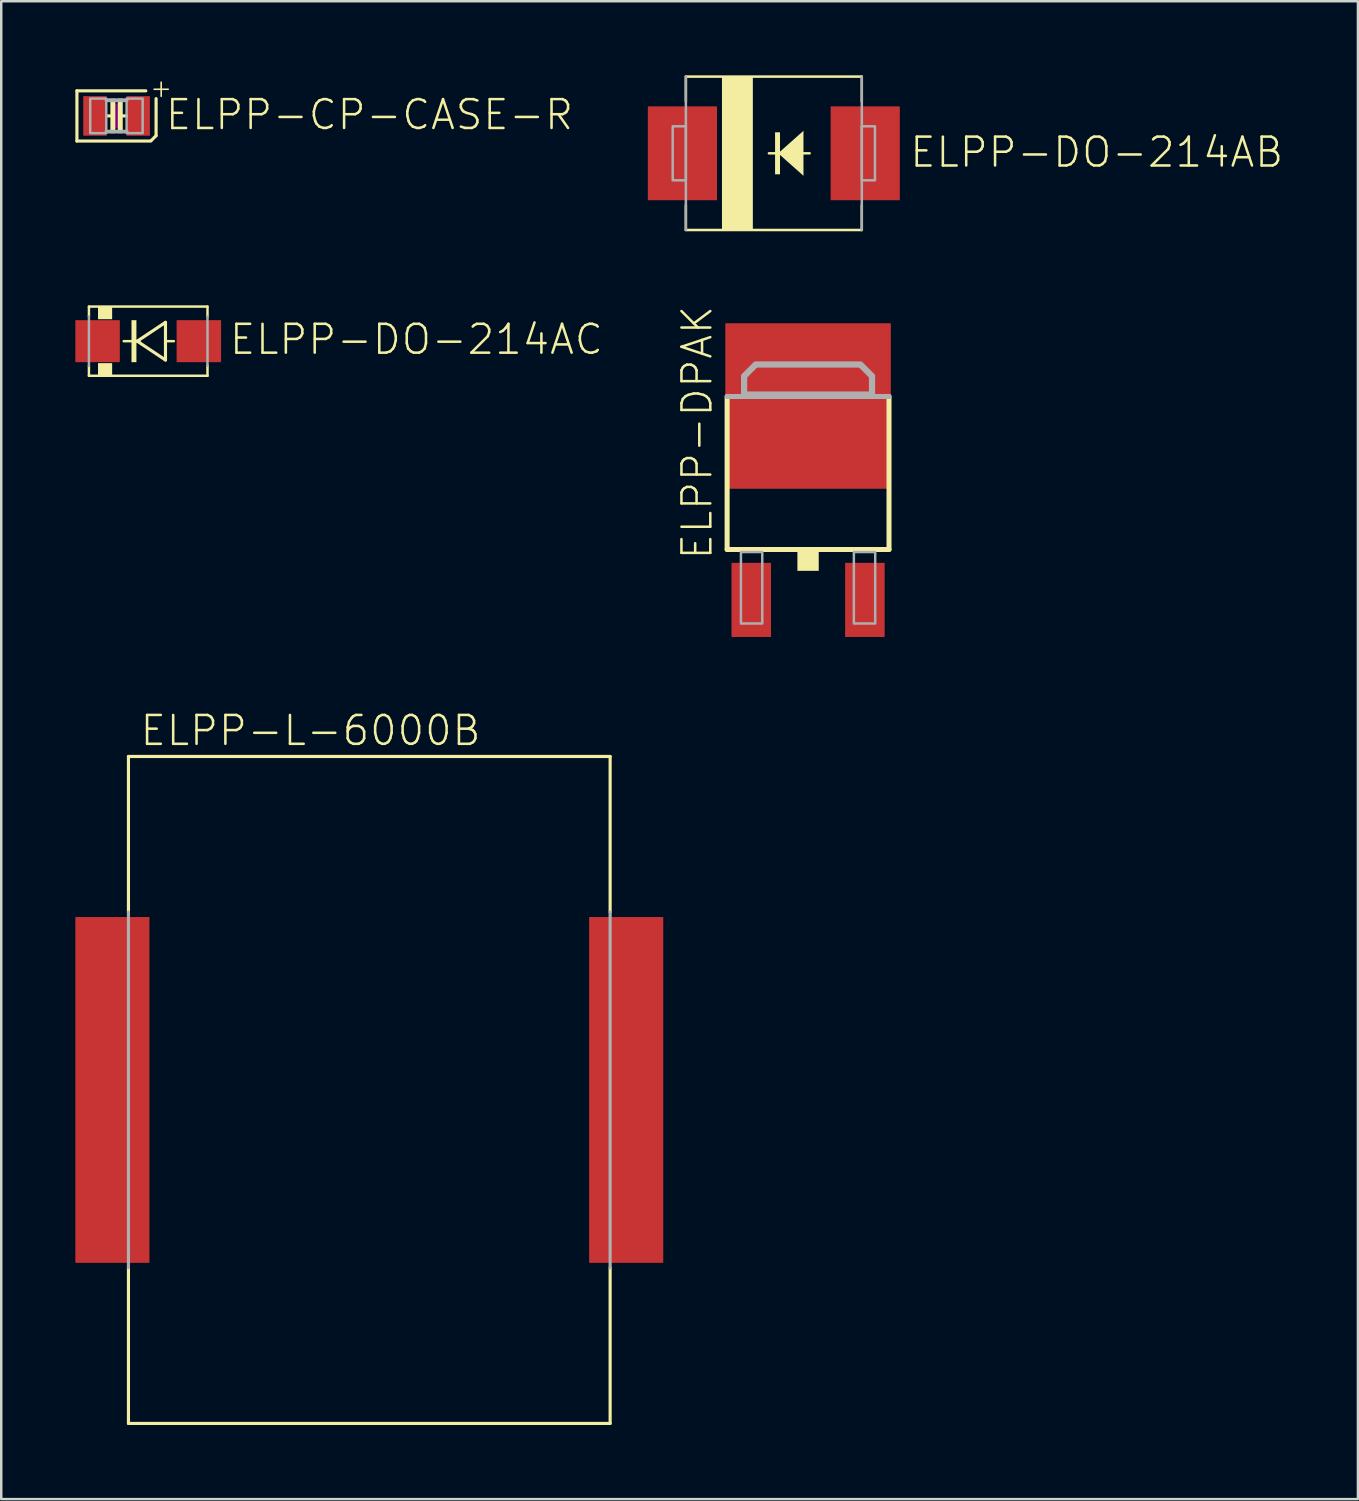
<source format=kicad_pcb>
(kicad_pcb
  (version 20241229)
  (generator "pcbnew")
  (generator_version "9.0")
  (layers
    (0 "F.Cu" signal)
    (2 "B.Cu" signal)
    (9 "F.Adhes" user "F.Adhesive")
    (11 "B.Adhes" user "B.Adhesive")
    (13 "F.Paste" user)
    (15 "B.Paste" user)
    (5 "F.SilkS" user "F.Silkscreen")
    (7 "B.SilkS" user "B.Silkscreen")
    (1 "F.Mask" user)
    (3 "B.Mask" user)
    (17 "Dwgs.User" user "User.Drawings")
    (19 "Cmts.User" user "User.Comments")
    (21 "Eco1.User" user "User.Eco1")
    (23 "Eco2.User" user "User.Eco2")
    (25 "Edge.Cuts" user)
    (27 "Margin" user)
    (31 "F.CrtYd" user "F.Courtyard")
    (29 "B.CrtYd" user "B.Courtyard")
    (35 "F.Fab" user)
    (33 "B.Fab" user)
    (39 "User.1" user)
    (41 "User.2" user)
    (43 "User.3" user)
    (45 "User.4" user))
  (footprint "ELPP-DO-214AB"
    (layer "F.Cu")
    (at 28.277 3.156)
    (property "Reference" "ELPP-DO-214AB" (at 5.441 0.641 0) (unlocked yes) (layer "F.SilkS") (effects (font (size 1.168 1.168) (thickness 0.102)) (justify left bottom)))
    (fp_line (start -3.561 -3.105) (end -3.561 -2.1) (stroke (width 0.1) (type solid)) (layer "F.SilkS"))
    (fp_line (start -3.561 -3.105) (end 3.561 -3.105) (stroke (width 0.102) (type solid)) (layer "F.SilkS"))
    (fp_line (start -3.561 2.1) (end -3.561 3.105) (stroke (width 0.1) (type solid)) (layer "F.SilkS"))
    (fp_line (start -3.561 3.105) (end 3.561 3.105) (stroke (width 0.102) (type solid)) (layer "F.SilkS"))
    (fp_line (start 0.25 0) (end -0.2 0) (stroke (width 0.1) (type solid)) (layer "F.SilkS"))
    (fp_line (start 0.95 0) (end 1.45 0) (stroke (width 0.1) (type solid)) (layer "F.SilkS"))
    (fp_line (start 3.561 -2.1) (end 3.561 -3.105) (stroke (width 0.1) (type solid)) (layer "F.SilkS"))
    (fp_line (start 3.561 3.105) (end 3.561 2.1) (stroke (width 0.1) (type solid)) (layer "F.SilkS"))
    (fp_poly (pts (xy 1.2 0.911) (xy 0.175 0) (xy 1.2 -0.911)) (stroke (width 0) (type default)) (fill yes) (layer "F.SilkS"))
    (fp_poly (pts (xy -2.1 3.1) (xy -0.85 3.1) (xy -0.85 -3.1) (xy -2.1 -3.1)) (stroke (width 0) (type default)) (fill yes) (layer "F.SilkS"))
    (fp_poly (pts (xy 0.05 0.85) (xy 0.25 0.85) (xy 0.25 -0.85) (xy 0.05 -0.85)) (stroke (width 0) (type default)) (fill yes) (layer "F.SilkS"))
    (fp_line (start -3.561 3.105) (end -3.561 -3.105) (stroke (width 0.102) (type solid)) (layer "F.Fab"))
    (fp_line (start 3.561 3.105) (end 3.561 -3.105) (stroke (width 0.102) (type solid)) (layer "F.Fab"))
    (fp_poly (pts (xy -4.094 1.092) (xy -3.561 1.092) (xy -3.561 -1.092) (xy -4.094 -1.092)) (stroke (width 0.1) (type default)) (fill no) (layer "F.Fab"))
    (fp_poly (pts (xy 3.561 1.092) (xy 4.094 1.092) (xy 4.094 -1.092) (xy 3.561 -1.092)) (stroke (width 0.1) (type default)) (fill no) (layer "F.Fab"))
    (pad "A" smd rect (at 3.7 0) (size 2.8 3.8) (layers "F.Cu" "F.Mask" "F.Paste"))
    (pad "C" smd rect (at -3.7 0) (size 2.8 3.8) (layers "F.Cu" "F.Mask" "F.Paste")))
  (footprint "ELPP-CP-CASE-R"
    (layer "F.Cu")
    (at 1.669 1.643)
    (property "Reference" "ELPP-CP-CASE-R" (at 1.913 0.635 0) (unlocked yes) (layer "F.SilkS") (effects (font (size 1.168 1.168) (thickness 0.102)) (justify left bottom)))
    (fp_line (start -1.605 -1.016) (end -1.605 1.016) (stroke (width 0.127) (type solid)) (layer "F.SilkS"))
    (fp_line (start -1.605 1.016) (end 1.384 1.016) (stroke (width 0.127) (type solid)) (layer "F.SilkS"))
    (fp_line (start -0.4 0) (end -0.2 0) (stroke (width 0.127) (type solid)) (layer "F.SilkS"))
    (fp_line (start 0.4 0) (end 0.2 0) (stroke (width 0.127) (type solid)) (layer "F.SilkS"))
    (fp_line (start 1.184 -1.016) (end -1.605 -1.016) (stroke (width 0.127) (type solid)) (layer "F.SilkS"))
    (fp_line (start 1.4 1) (end 1.6 0.8) (stroke (width 0.127) (type solid)) (layer "F.SilkS"))
    (fp_line (start 1.6 0.8) (end 1.6 -0.7) (stroke (width 0.127) (type solid)) (layer "F.SilkS"))
    (fp_poly (pts (xy -0.25 0.7) (xy -0.05 0.7) (xy -0.05 -0.7) (xy -0.25 -0.7)) (stroke (width 0) (type default)) (fill yes) (layer "F.SilkS"))
    (fp_poly (pts (xy 0.05 0.7) (xy 0.25 0.7) (xy 0.25 -0.7) (xy 0.05 -0.7)) (stroke (width 0) (type default)) (fill yes) (layer "F.SilkS"))
    (fp_poly (pts (xy -0.2 0.5) (xy 0.2 0.5) (xy 0.2 -0.5) (xy -0.2 -0.5)) (stroke (width 0) (type default)) (fill yes) (layer "F.Adhes"))
    (fp_line (start -0.41 -0.635) (end 0.41 -0.635) (stroke (width 0.152) (type solid)) (layer "F.Fab"))
    (fp_line (start -0.41 0.635) (end 0.41 0.635) (stroke (width 0.152) (type solid)) (layer "F.Fab"))
    (fp_poly (pts (xy -1.067 0.699) (xy -0.417 0.699) (xy -0.417 -0.702) (xy -1.067 -0.702)) (stroke (width 0.1) (type default)) (fill no) (layer "F.Fab"))
    (fp_poly (pts (xy 0.406 0.699) (xy 1.056 0.699) (xy 1.056 -0.702) (xy 0.406 -0.702)) (stroke (width 0.1) (type default)) (fill no) (layer "F.Fab"))
    (fp_text user "+" (at 1.3 -0.7 0) (layer "F.SilkS") (effects (font (size 0.748 0.748) (thickness 0.065)) (justify left bottom)))
    (pad "+" smd rect (at 0.875 0) (size 0.95 1.6) (layers "F.Cu" "F.Mask" "F.Paste"))
    (pad "-" smd rect (at -0.875 0) (size 0.95 1.6) (layers "F.Cu" "F.Mask" "F.Paste")))
  (footprint "ELPP-L-6000B"
    (layer "F.Cu")
    (at 11.9 41.074)
    (property "Reference" "ELPP-L-6000B" (at -9.341 -13.865 0) (unlocked yes) (layer "F.SilkS") (effects (font (size 1.168 1.168) (thickness 0.102)) (justify left bottom)))
    (fp_line (start -9.75 -13.5) (end 9.75 -13.5) (stroke (width 0.127) (type solid)) (layer "F.SilkS"))
    (fp_line (start -9.75 -7.2) (end -9.75 -13.5) (stroke (width 0.127) (type solid)) (layer "F.SilkS"))
    (fp_line (start -9.75 13.5) (end -9.75 7.2) (stroke (width 0.127) (type solid)) (layer "F.SilkS"))
    (fp_line (start -9.75 13.5) (end 9.75 13.5) (stroke (width 0.127) (type solid)) (layer "F.SilkS"))
    (fp_line (start 9.75 -7.2) (end 9.75 -13.5) (stroke (width 0.127) (type solid)) (layer "F.SilkS"))
    (fp_line (start 9.75 13.5) (end 9.75 7.2) (stroke (width 0.127) (type solid)) (layer "F.SilkS"))
    (fp_line (start -9.75 7.2) (end -9.75 -7.2) (stroke (width 0.127) (type solid)) (layer "F.Fab"))
    (fp_line (start 9.75 7.2) (end 9.75 -7.2) (stroke (width 0.127) (type solid)) (layer "F.Fab"))
    (pad "1" smd rect (at -10.4 0 180) (size 3 14) (layers "F.Cu" "F.Mask" "F.Paste"))
    (pad "2" smd rect (at 10.4 0) (size 3 14) (layers "F.Cu" "F.Mask" "F.Paste")))
  (footprint "ELPP-DO-214AC"
    (layer "F.Cu")
    (at 2.95 10.762)
    (property "Reference" "ELPP-DO-214AC" (at 3.225 0.613 0) (unlocked yes) (layer "F.SilkS") (effects (font (size 1.168 1.168) (thickness 0.102)) (justify left bottom)))
    (fp_line (start -2.4 -1.4) (end -2.4 -1) (stroke (width 0.1) (type solid)) (layer "F.SilkS"))
    (fp_line (start -2.4 -1.4) (end 2.4 -1.4) (stroke (width 0.1) (type solid)) (layer "F.SilkS"))
    (fp_line (start -2.4 1) (end -2.4 1.4) (stroke (width 0.1) (type solid)) (layer "F.SilkS"))
    (fp_line (start -2.4 1.4) (end 2.4 1.4) (stroke (width 0.1) (type solid)) (layer "F.SilkS"))
    (fp_line (start -0.445 0) (end -0.991 0) (stroke (width 0.1) (type solid)) (layer "F.SilkS"))
    (fp_line (start -0.445 0) (end 0.699 -0.762) (stroke (width 0.127) (type solid)) (layer "F.SilkS"))
    (fp_line (start -0.35 0) (end -0.445 0) (stroke (width 0.1) (type solid)) (layer "F.SilkS"))
    (fp_line (start 0.699 -0.762) (end 0.699 0.762) (stroke (width 0.127) (type solid)) (layer "F.SilkS"))
    (fp_line (start 0.699 0.762) (end -0.445 0) (stroke (width 0.127) (type solid)) (layer "F.SilkS"))
    (fp_line (start 0.731 0) (end 1.04 0) (stroke (width 0.1) (type solid)) (layer "F.SilkS"))
    (fp_line (start 2.4 -1.4) (end 2.4 -1) (stroke (width 0.1) (type solid)) (layer "F.SilkS"))
    (fp_line (start 2.4 1) (end 2.4 1.4) (stroke (width 0.1) (type solid)) (layer "F.SilkS"))
    (fp_poly (pts (xy -2.032 -0.889) (xy -1.46 -0.889) (xy -1.46 -1.397) (xy -2.032 -1.397)) (stroke (width 0) (type default)) (fill yes) (layer "F.SilkS"))
    (fp_poly (pts (xy -2.032 1.397) (xy -1.46 1.397) (xy -1.46 0.889) (xy -2.032 0.889)) (stroke (width 0) (type default)) (fill yes) (layer "F.SilkS"))
    (fp_poly (pts (xy -0.677 0.85) (xy -0.477 0.85) (xy -0.477 -0.85) (xy -0.677 -0.85)) (stroke (width 0) (type default)) (fill yes) (layer "F.SilkS"))
    (fp_line (start -2.4 -1) (end -2.4 1) (stroke (width 0.1) (type solid)) (layer "F.Fab"))
    (fp_line (start 2.4 -1) (end 2.4 1) (stroke (width 0.1) (type solid)) (layer "F.Fab"))
    (pad "A" smd rect (at 2.05 0) (size 1.8 1.7) (layers "F.Cu" "F.Mask" "F.Paste"))
    (pad "C" smd rect (at -2.05 0) (size 1.8 1.7) (layers "F.Cu" "F.Mask" "F.Paste")))
  (footprint "ELPP-DPAK"
    (layer "F.Cu")
    (at 29.663 16.736)
    (property "Reference" "ELPP-DPAK" (at -3.81 2.94 90) (unlocked yes) (layer "F.SilkS") (effects (font (size 1.168 1.168) (thickness 0.102)) (justify left bottom)))
    (fp_line (start -3.277 2.459) (end -3.277 -3.735) (stroke (width 0.203) (type solid)) (layer "F.SilkS"))
    (fp_line (start 3.277 -3.735) (end 3.277 2.459) (stroke (width 0.203) (type solid)) (layer "F.SilkS"))
    (fp_line (start 3.277 2.459) (end -3.277 2.459) (stroke (width 0.203) (type solid)) (layer "F.SilkS"))
    (fp_poly (pts (xy -0.432 3.323) (xy 0.432 3.323) (xy 0.432 2.561) (xy -0.432 2.561)) (stroke (width 0) (type default)) (fill yes) (layer "F.SilkS"))
    (fp_line (start -3.277 -3.735) (end 3.277 -3.735) (stroke (width 0.203) (type solid)) (layer "F.Fab"))
    (fp_line (start -2.565 -4.548) (end -2.108 -5.005) (stroke (width 0.203) (type solid)) (layer "F.Fab"))
    (fp_line (start -2.565 -3.837) (end -2.565 -4.548) (stroke (width 0.203) (type solid)) (layer "F.Fab"))
    (fp_line (start -2.108 -5.005) (end 2.108 -5.005) (stroke (width 0.203) (type solid)) (layer "F.Fab"))
    (fp_line (start 2.108 -5.005) (end 2.565 -4.548) (stroke (width 0.203) (type solid)) (layer "F.Fab"))
    (fp_line (start 2.565 -4.548) (end 2.565 -3.837) (stroke (width 0.203) (type solid)) (layer "F.Fab"))
    (fp_line (start 2.565 -3.837) (end -2.565 -3.837) (stroke (width 0.203) (type solid)) (layer "F.Fab"))
    (fp_poly (pts (xy -2.718 5.456) (xy -1.854 5.456) (xy -1.854 2.561) (xy -2.718 2.561)) (stroke (width 0.1) (type default)) (fill no) (layer "F.Fab"))
    (fp_poly (pts (xy 1.854 5.456) (xy 2.718 5.456) (xy 2.718 2.561) (xy 1.854 2.561)) (stroke (width 0.1) (type default)) (fill no) (layer "F.Fab"))
    (fp_poly (pts (xy 2.665 -4.59) (xy 2.665 -3.737) (xy -2.665 -3.737) (xy -2.665 -4.59) (xy -2.15 -5.105) (xy 2.15 -5.105)) (stroke (width 0.1) (type default)) (fill no) (layer "F.Fab"))
    (pad "1" smd rect (at -2.3 4.5) (size 1.6 3) (layers "F.Cu" "F.Mask" "F.Paste"))
    (pad "3" smd rect (at 2.3 4.5) (size 1.6 3) (layers "F.Cu" "F.Mask" "F.Paste"))
    (pad "4" smd rect (at 0 -3.35) (size 6.7 6.7) (layers "F.Cu" "F.Mask" "F.Paste")))
  (gr_rect
    (start -3 -3)
    (end 51.923 57.637)
    (stroke (width 0.1) (type default))
    (fill no)
    (layer "Edge.Cuts")))
</source>
